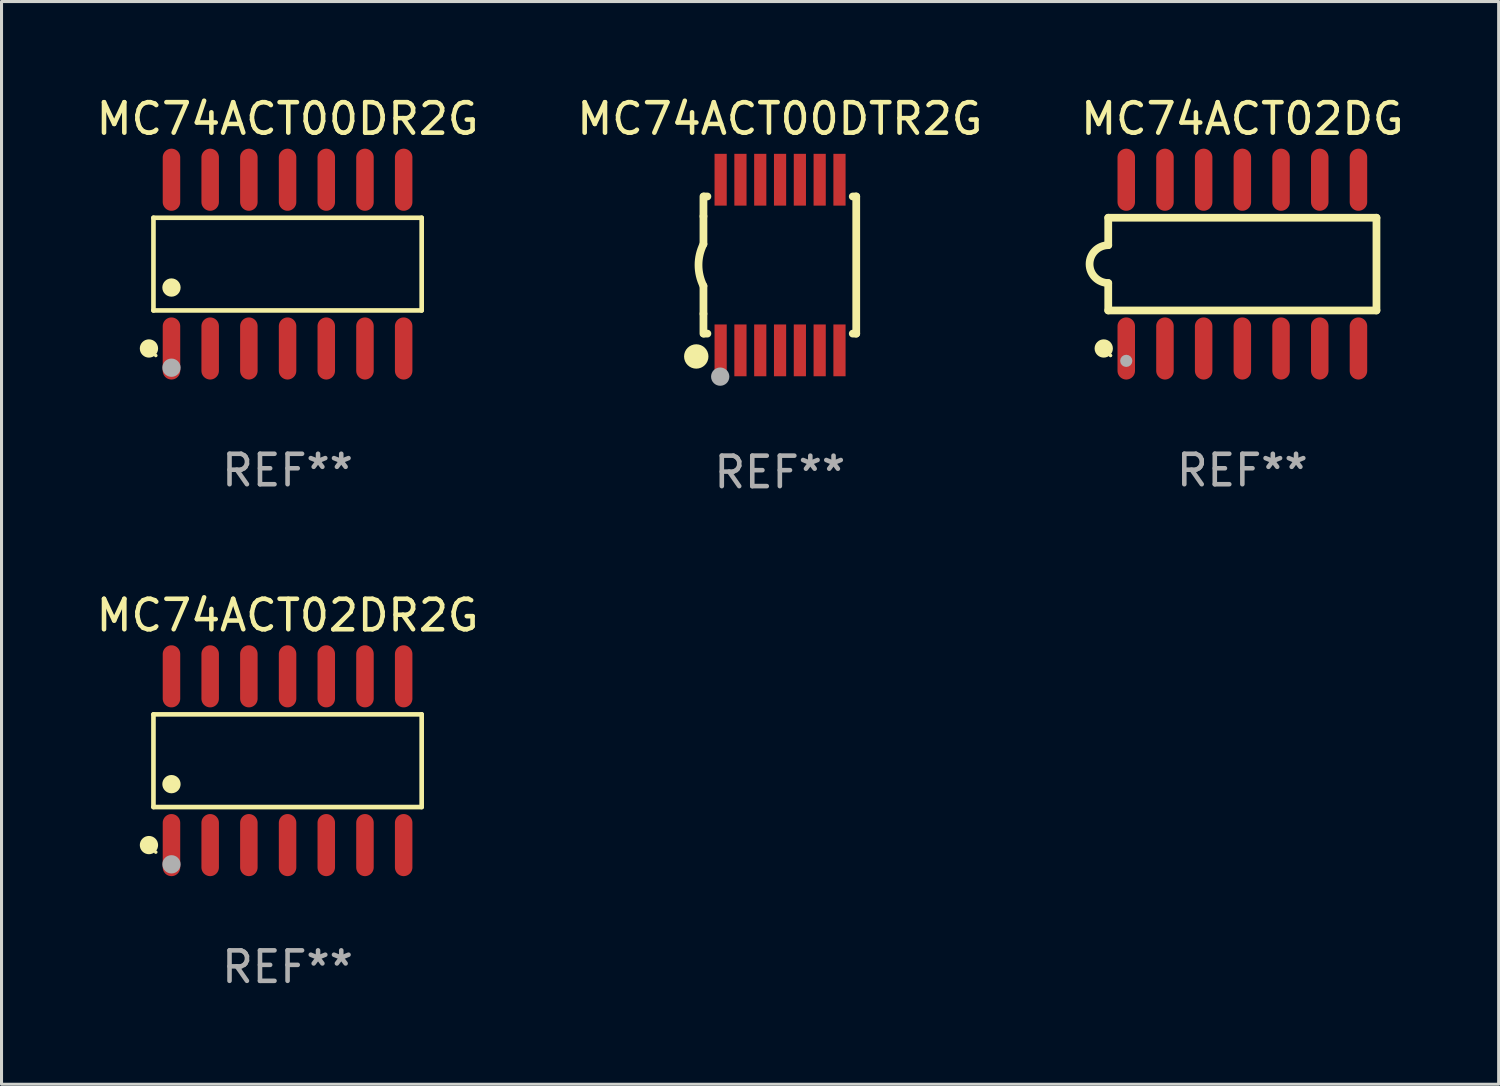
<source format=kicad_pcb>
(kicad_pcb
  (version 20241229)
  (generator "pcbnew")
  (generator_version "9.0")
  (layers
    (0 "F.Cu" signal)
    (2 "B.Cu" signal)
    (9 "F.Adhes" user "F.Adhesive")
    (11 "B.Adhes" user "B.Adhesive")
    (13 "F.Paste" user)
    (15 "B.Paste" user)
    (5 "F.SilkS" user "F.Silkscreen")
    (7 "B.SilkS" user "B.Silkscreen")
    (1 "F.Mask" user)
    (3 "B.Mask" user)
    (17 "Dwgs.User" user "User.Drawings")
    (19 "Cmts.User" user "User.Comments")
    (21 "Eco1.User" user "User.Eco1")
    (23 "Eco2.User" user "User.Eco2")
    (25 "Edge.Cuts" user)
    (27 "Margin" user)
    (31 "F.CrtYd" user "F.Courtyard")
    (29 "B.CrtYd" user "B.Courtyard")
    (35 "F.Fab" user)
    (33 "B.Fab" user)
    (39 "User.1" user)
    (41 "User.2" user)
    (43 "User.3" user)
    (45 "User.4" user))
  (footprint "MC74ACT02DG"
    (layer "F.Cu")
    (at 37.72 5.617)
    (property "Reference" "MC74ACT02DG" (at 0 -4.769 0) (layer "F.SilkS") (effects (font (size 1 1) (thickness 0.15))))
    (attr through_hole)
    (fp_line (start -4.401 -1.522) (end -4.401 -0.622) (stroke (width 0.254) (type solid)) (layer "F.SilkS"))
    (fp_line (start -4.401 -1.522) (end 4.401 -1.522) (stroke (width 0.254) (type solid)) (layer "F.SilkS"))
    (fp_line (start -4.401 1.521) (end -4.401 0.621) (stroke (width 0.254) (type solid)) (layer "F.SilkS"))
    (fp_line (start 4.401 -1.522) (end 4.401 1.521) (stroke (width 0.254) (type solid)) (layer "F.SilkS"))
    (fp_line (start 4.401 1.521) (end -4.401 1.521) (stroke (width 0.254) (type solid)) (layer "F.SilkS"))
    (fp_arc (start -4.401219 0.621311) (mid -5.021261 -0.000419) (end -4.400101 -0.621032) (stroke (width 0.254001) (type solid)) (layer "F.SilkS"))
    (fp_circle (center -4.549 2.769) (end -4.399 2.769) (stroke (width 0.3) (type solid)) (fill no) (layer "F.SilkS"))
    (fp_circle (center -4.325 3) (end -4.295 3) (stroke (width 0.06) (type solid)) (fill no) (layer "F.SilkS"))
    (fp_circle (center -3.81 3.175) (end -3.71 3.175) (stroke (width 0.2) (type solid)) (fill no) (layer "F.Fab"))
    (fp_text user "REF**" (at 0 6.769 0) (layer "F.Fab") (effects (font (size 1 1) (thickness 0.15))))
    (pad "1" smd oval (at -3.81 2.769) (size 0.574 2.038) (layers "F.Cu" "F.Mask" "F.Paste"))
    (pad "2" smd oval (at -2.54 2.769) (size 0.574 2.038) (layers "F.Cu" "F.Mask" "F.Paste"))
    (pad "3" smd oval (at -1.27 2.769) (size 0.574 2.038) (layers "F.Cu" "F.Mask" "F.Paste"))
    (pad "4" smd oval (at -0.000051 2.769) (size 0.574 2.038) (layers "F.Cu" "F.Mask" "F.Paste"))
    (pad "5" smd oval (at 1.27 2.769) (size 0.574 2.038) (layers "F.Cu" "F.Mask" "F.Paste"))
    (pad "6" smd oval (at 2.54 2.769) (size 0.574 2.038) (layers "F.Cu" "F.Mask" "F.Paste"))
    (pad "7" smd oval (at 3.81 2.769) (size 0.574 2.038) (layers "F.Cu" "F.Mask" "F.Paste"))
    (pad "8" smd oval (at 3.81 -2.769) (size 0.574 2.038) (layers "F.Cu" "F.Mask" "F.Paste"))
    (pad "9" smd oval (at 2.54 -2.769) (size 0.574 2.038) (layers "F.Cu" "F.Mask" "F.Paste"))
    (pad "10" smd oval (at 1.27 -2.769) (size 0.574 2.038) (layers "F.Cu" "F.Mask" "F.Paste"))
    (pad "11" smd oval (at -0.000051 -2.769) (size 0.574 2.038) (layers "F.Cu" "F.Mask" "F.Paste"))
    (pad "12" smd oval (at -1.27 -2.769) (size 0.574 2.038) (layers "F.Cu" "F.Mask" "F.Paste"))
    (pad "13" smd oval (at -2.54 -2.769) (size 0.574 2.038) (layers "F.Cu" "F.Mask" "F.Paste"))
    (pad "14" smd oval (at -3.81 -2.769) (size 0.574 2.038) (layers "F.Cu" "F.Mask" "F.Paste")))
  (footprint "MC74ACT02DR2G"
    (layer "F.Cu")
    (at 6.387 21.914)
    (property "Reference" "MC74ACT02DR2G" (at 0 -4.769 0) (layer "F.SilkS") (effects (font (size 1 1) (thickness 0.15))))
    (attr through_hole)
    (fp_line (start -4.401 -1.521) (end 4.401 -1.521) (stroke (width 0.152) (type solid)) (layer "F.SilkS"))
    (fp_line (start -4.401 1.521) (end -4.401 -1.521) (stroke (width 0.152) (type solid)) (layer "F.SilkS"))
    (fp_line (start 4.401 -1.521) (end 4.401 1.521) (stroke (width 0.152) (type solid)) (layer "F.SilkS"))
    (fp_line (start 4.401 1.521) (end -4.401 1.521) (stroke (width 0.152) (type solid)) (layer "F.SilkS"))
    (fp_circle (center -4.549 2.769) (end -4.399 2.769) (stroke (width 0.3) (type solid)) (fill no) (layer "F.SilkS"))
    (fp_circle (center -4.325 3) (end -4.295 3) (stroke (width 0.06) (type solid)) (fill no) (layer "F.SilkS"))
    (fp_circle (center -3.81 0.769) (end -3.66 0.769) (stroke (width 0.3) (type solid)) (fill no) (layer "F.SilkS"))
    (fp_circle (center -3.81 3.4) (end -3.66 3.4) (stroke (width 0.3) (type solid)) (fill no) (layer "F.Fab"))
    (fp_text user "REF**" (at 0 6.769 0) (layer "F.Fab") (effects (font (size 1 1) (thickness 0.15))))
    (pad "1" smd oval (at -3.81 2.769) (size 0.574 2.038) (layers "F.Cu" "F.Mask" "F.Paste"))
    (pad "2" smd oval (at -2.54 2.769) (size 0.574 2.038) (layers "F.Cu" "F.Mask" "F.Paste"))
    (pad "3" smd oval (at -1.27 2.769) (size 0.574 2.038) (layers "F.Cu" "F.Mask" "F.Paste"))
    (pad "4" smd oval (at 0 2.769) (size 0.574 2.038) (layers "F.Cu" "F.Mask" "F.Paste"))
    (pad "5" smd oval (at 1.27 2.769) (size 0.574 2.038) (layers "F.Cu" "F.Mask" "F.Paste"))
    (pad "6" smd oval (at 2.54 2.769) (size 0.574 2.038) (layers "F.Cu" "F.Mask" "F.Paste"))
    (pad "7" smd oval (at 3.81 2.769) (size 0.574 2.038) (layers "F.Cu" "F.Mask" "F.Paste"))
    (pad "8" smd oval (at 3.81 -2.769) (size 0.574 2.038) (layers "F.Cu" "F.Mask" "F.Paste"))
    (pad "9" smd oval (at 2.54 -2.769) (size 0.574 2.038) (layers "F.Cu" "F.Mask" "F.Paste"))
    (pad "10" smd oval (at 1.27 -2.769) (size 0.574 2.038) (layers "F.Cu" "F.Mask" "F.Paste"))
    (pad "11" smd oval (at 0 -2.769) (size 0.574 2.038) (layers "F.Cu" "F.Mask" "F.Paste"))
    (pad "12" smd oval (at -1.27 -2.769) (size 0.574 2.038) (layers "F.Cu" "F.Mask" "F.Paste"))
    (pad "13" smd oval (at -2.54 -2.769) (size 0.574 2.038) (layers "F.Cu" "F.Mask" "F.Paste"))
    (pad "14" smd oval (at -3.81 -2.769) (size 0.574 2.038) (layers "F.Cu" "F.Mask" "F.Paste")))
  (footprint "MC74ACT00DR2G"
    (layer "F.Cu")
    (at 6.387 5.617)
    (property "Reference" "MC74ACT00DR2G" (at 0 -4.769 0) (layer "F.SilkS") (effects (font (size 1 1) (thickness 0.15))))
    (attr through_hole)
    (fp_line (start -4.401 -1.521) (end 4.401 -1.521) (stroke (width 0.152) (type solid)) (layer "F.SilkS"))
    (fp_line (start -4.401 1.521) (end -4.401 -1.521) (stroke (width 0.152) (type solid)) (layer "F.SilkS"))
    (fp_line (start 4.401 -1.521) (end 4.401 1.521) (stroke (width 0.152) (type solid)) (layer "F.SilkS"))
    (fp_line (start 4.401 1.521) (end -4.401 1.521) (stroke (width 0.152) (type solid)) (layer "F.SilkS"))
    (fp_circle (center -4.549 2.769) (end -4.399 2.769) (stroke (width 0.3) (type solid)) (fill no) (layer "F.SilkS"))
    (fp_circle (center -4.325 3) (end -4.295 3) (stroke (width 0.06) (type solid)) (fill no) (layer "F.SilkS"))
    (fp_circle (center -3.81 0.769) (end -3.66 0.769) (stroke (width 0.3) (type solid)) (fill no) (layer "F.SilkS"))
    (fp_circle (center -3.81 3.4) (end -3.66 3.4) (stroke (width 0.3) (type solid)) (fill no) (layer "F.Fab"))
    (fp_text user "REF**" (at 0 6.769 0) (layer "F.Fab") (effects (font (size 1 1) (thickness 0.15))))
    (pad "1" smd oval (at -3.81 2.769) (size 0.574 2.038) (layers "F.Cu" "F.Mask" "F.Paste"))
    (pad "2" smd oval (at -2.54 2.769) (size 0.574 2.038) (layers "F.Cu" "F.Mask" "F.Paste"))
    (pad "3" smd oval (at -1.27 2.769) (size 0.574 2.038) (layers "F.Cu" "F.Mask" "F.Paste"))
    (pad "4" smd oval (at 0 2.769) (size 0.574 2.038) (layers "F.Cu" "F.Mask" "F.Paste"))
    (pad "5" smd oval (at 1.27 2.769) (size 0.574 2.038) (layers "F.Cu" "F.Mask" "F.Paste"))
    (pad "6" smd oval (at 2.54 2.769) (size 0.574 2.038) (layers "F.Cu" "F.Mask" "F.Paste"))
    (pad "7" smd oval (at 3.81 2.769) (size 0.574 2.038) (layers "F.Cu" "F.Mask" "F.Paste"))
    (pad "8" smd oval (at 3.81 -2.769) (size 0.574 2.038) (layers "F.Cu" "F.Mask" "F.Paste"))
    (pad "9" smd oval (at 2.54 -2.769) (size 0.574 2.038) (layers "F.Cu" "F.Mask" "F.Paste"))
    (pad "10" smd oval (at 1.27 -2.769) (size 0.574 2.038) (layers "F.Cu" "F.Mask" "F.Paste"))
    (pad "11" smd oval (at 0 -2.769) (size 0.574 2.038) (layers "F.Cu" "F.Mask" "F.Paste"))
    (pad "12" smd oval (at -1.27 -2.769) (size 0.574 2.038) (layers "F.Cu" "F.Mask" "F.Paste"))
    (pad "13" smd oval (at -2.54 -2.769) (size 0.574 2.038) (layers "F.Cu" "F.Mask" "F.Paste"))
    (pad "14" smd oval (at -3.81 -2.769) (size 0.574 2.038) (layers "F.Cu" "F.Mask" "F.Paste")))
  (footprint "MC74ACT00DTR2G"
    (layer "F.Cu")
    (at 22.542 5.648)
    (property "Reference" "MC74ACT00DTR2G" (at 0 -4.8 0) (layer "F.SilkS") (effects (font (size 1 1) (thickness 0.15))))
    (attr through_hole)
    (fp_line (start -2.507 -1.6) (end -2.507 -2.25) (stroke (width 0.254) (type solid)) (layer "F.SilkS"))
    (fp_line (start -2.507 -0.686) (end -2.507 -1.6) (stroke (width 0.254) (type solid)) (layer "F.SilkS"))
    (fp_line (start -2.507 1.6) (end -2.507 0.686) (stroke (width 0.254) (type solid)) (layer "F.SilkS"))
    (fp_line (start -2.507 1.6) (end -2.507 2.25) (stroke (width 0.254) (type solid)) (layer "F.SilkS"))
    (fp_line (start -2.493 -2.25) (end -2.377 -2.25) (stroke (width 0.254) (type solid)) (layer "F.SilkS"))
    (fp_line (start -2.377 2.25) (end -2.493 2.25) (stroke (width 0.254) (type solid)) (layer "F.SilkS"))
    (fp_line (start 2.392 -2.25) (end 2.507 -2.25) (stroke (width 0.254) (type solid)) (layer "F.SilkS"))
    (fp_line (start 2.507 -2.25) (end 2.507 2.25) (stroke (width 0.254) (type solid)) (layer "F.SilkS"))
    (fp_line (start 2.507 2.25) (end 2.392 2.25) (stroke (width 0.254) (type solid)) (layer "F.SilkS"))
    (fp_arc (start -2.507303 0.685802) (mid -2.669199 0) (end -2.507303 -0.685801) (stroke (width 0.254001) (type solid)) (layer "F.SilkS"))
    (fp_circle (center -2.743 3) (end -2.543 3) (stroke (width 0.4) (type solid)) (fill no) (layer "F.SilkS"))
    (fp_circle (center -2.493 3.2) (end -2.463 3.2) (stroke (width 0.06) (type solid)) (fill no) (layer "F.SilkS"))
    (fp_circle (center -1.957 3.662) (end -1.807 3.662) (stroke (width 0.3) (type solid)) (fill no) (layer "F.Fab"))
    (fp_text user "REF**" (at 0 6.8 0) (layer "F.Fab") (effects (font (size 1 1) (thickness 0.15))))
    (pad "1" smd rect (at -1.943 2.8) (size 0.4 1.7) (layers "F.Cu" "F.Mask" "F.Paste"))
    (pad "2" smd rect (at -1.293 2.8) (size 0.4 1.7) (layers "F.Cu" "F.Mask" "F.Paste"))
    (pad "3" smd rect (at -0.643 2.8) (size 0.4 1.7) (layers "F.Cu" "F.Mask" "F.Paste"))
    (pad "4" smd rect (at 0.007 2.8) (size 0.4 1.7) (layers "F.Cu" "F.Mask" "F.Paste"))
    (pad "5" smd rect (at 0.657 2.8) (size 0.4 1.7) (layers "F.Cu" "F.Mask" "F.Paste"))
    (pad "6" smd rect (at 1.307 2.8) (size 0.4 1.7) (layers "F.Cu" "F.Mask" "F.Paste"))
    (pad "7" smd rect (at 1.957 2.8) (size 0.4 1.7) (layers "F.Cu" "F.Mask" "F.Paste"))
    (pad "8" smd rect (at 1.957 -2.8) (size 0.4 1.7) (layers "F.Cu" "F.Mask" "F.Paste"))
    (pad "9" smd rect (at 1.307 -2.8) (size 0.4 1.7) (layers "F.Cu" "F.Mask" "F.Paste"))
    (pad "10" smd rect (at 0.657 -2.8) (size 0.4 1.7) (layers "F.Cu" "F.Mask" "F.Paste"))
    (pad "11" smd rect (at 0.007 -2.8) (size 0.4 1.7) (layers "F.Cu" "F.Mask" "F.Paste"))
    (pad "12" smd rect (at -0.643 -2.8) (size 0.4 1.7) (layers "F.Cu" "F.Mask" "F.Paste"))
    (pad "13" smd rect (at -1.293 -2.8) (size 0.4 1.7) (layers "F.Cu" "F.Mask" "F.Paste"))
    (pad "14" smd rect (at -1.943 -2.8) (size 0.4 1.7) (layers "F.Cu" "F.Mask" "F.Paste")))
  (gr_rect
    (start -3 -3)
    (end 46.131 32.531)
    (stroke (width 0.1) (type default))
    (fill no)
    (layer "Edge.Cuts")))
</source>
